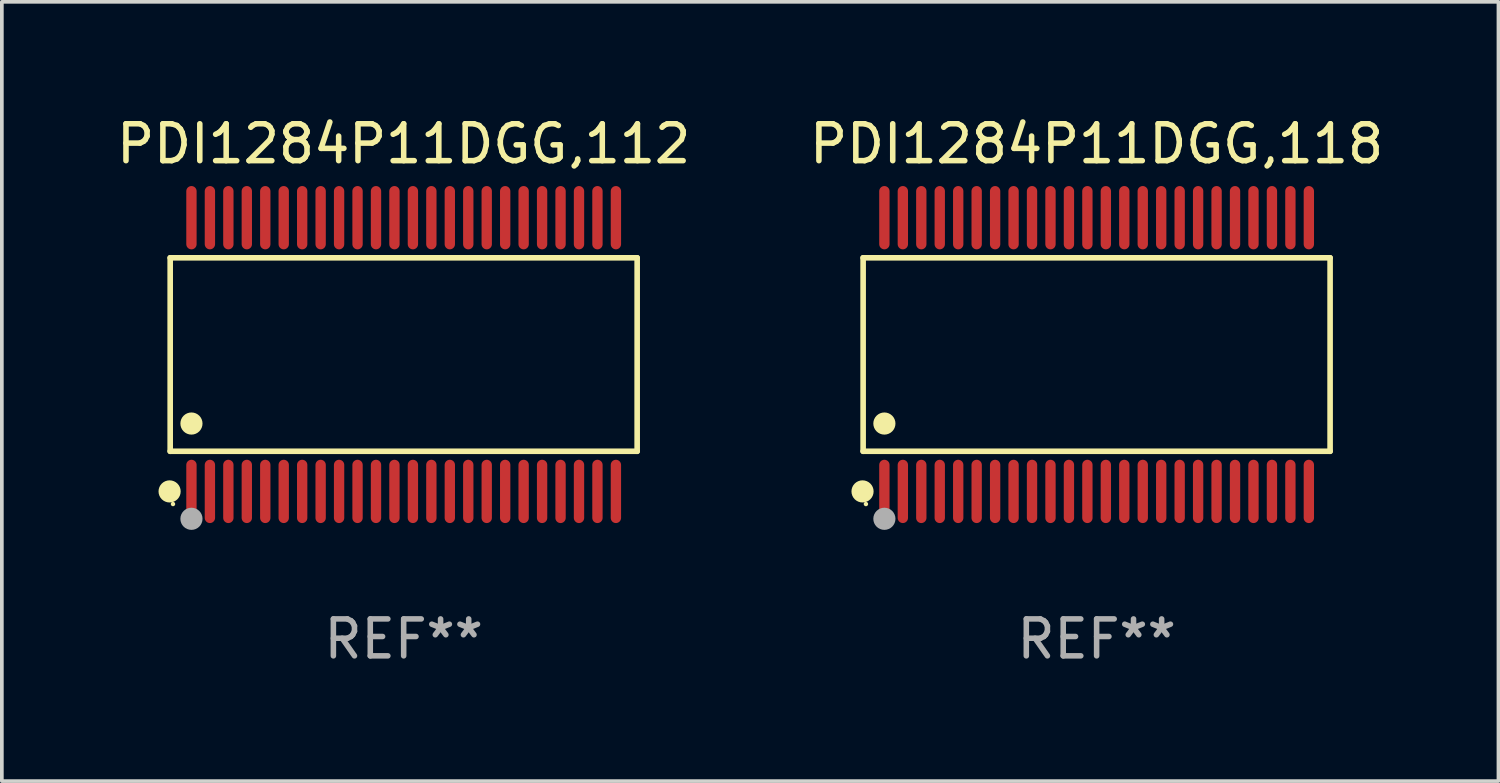
<source format=kicad_pcb>
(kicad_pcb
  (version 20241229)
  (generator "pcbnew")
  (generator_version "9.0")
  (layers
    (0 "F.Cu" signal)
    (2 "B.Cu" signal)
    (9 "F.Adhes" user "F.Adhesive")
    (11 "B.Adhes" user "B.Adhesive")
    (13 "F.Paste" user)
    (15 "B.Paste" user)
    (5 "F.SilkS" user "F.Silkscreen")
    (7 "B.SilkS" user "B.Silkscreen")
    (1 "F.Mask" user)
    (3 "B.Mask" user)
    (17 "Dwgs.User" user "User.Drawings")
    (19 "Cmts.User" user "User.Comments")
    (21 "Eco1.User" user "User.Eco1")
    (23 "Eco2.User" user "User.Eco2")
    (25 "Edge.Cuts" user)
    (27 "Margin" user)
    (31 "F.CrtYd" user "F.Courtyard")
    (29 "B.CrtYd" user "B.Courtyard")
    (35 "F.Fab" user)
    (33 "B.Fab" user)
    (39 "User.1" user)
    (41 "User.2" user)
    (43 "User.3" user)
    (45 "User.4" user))
  (footprint "PDI1284P11DGG,112"
    (layer "F.Cu")
    (at 7.887 6.556)
    (property "Reference" "PDI1284P11DGG,112" (at 0 -5.708 0) (layer "F.SilkS") (effects (font (size 1 1) (thickness 0.15))))
    (attr through_hole)
    (fp_line (start -6.326 -2.622) (end 6.326 -2.622) (stroke (width 0.152) (type solid)) (layer "F.SilkS"))
    (fp_line (start -6.326 2.621) (end -6.326 -2.622) (stroke (width 0.152) (type solid)) (layer "F.SilkS"))
    (fp_line (start 6.326 -2.622) (end 6.326 2.621) (stroke (width 0.152) (type solid)) (layer "F.SilkS"))
    (fp_line (start 6.326 2.621) (end -6.326 2.621) (stroke (width 0.152) (type solid)) (layer "F.SilkS"))
    (fp_circle (center -6.342 3.708) (end -6.192 3.708) (stroke (width 0.3) (type solid)) (fill no) (layer "F.SilkS"))
    (fp_circle (center -6.25 4.05) (end -6.22 4.05) (stroke (width 0.06) (type solid)) (fill no) (layer "F.SilkS"))
    (fp_circle (center -5.75 1.869) (end -5.6 1.869) (stroke (width 0.3) (type solid)) (fill no) (layer "F.SilkS"))
    (fp_circle (center -5.75 4.45) (end -5.6 4.45) (stroke (width 0.3) (type solid)) (fill no) (layer "F.Fab"))
    (fp_text user "REF**" (at 0 7.708 0) (layer "F.Fab") (effects (font (size 1 1) (thickness 0.15))))
    (pad "1" smd oval (at -5.75 3.708) (size 0.28 1.715) (layers "F.Cu" "F.Mask" "F.Paste"))
    (pad "2" smd oval (at -5.25 3.708) (size 0.28 1.715) (layers "F.Cu" "F.Mask" "F.Paste"))
    (pad "3" smd oval (at -4.75 3.708) (size 0.28 1.715) (layers "F.Cu" "F.Mask" "F.Paste"))
    (pad "4" smd oval (at -4.25 3.708) (size 0.28 1.715) (layers "F.Cu" "F.Mask" "F.Paste"))
    (pad "5" smd oval (at -3.75 3.708) (size 0.28 1.715) (layers "F.Cu" "F.Mask" "F.Paste"))
    (pad "6" smd oval (at -3.25 3.708) (size 0.28 1.715) (layers "F.Cu" "F.Mask" "F.Paste"))
    (pad "7" smd oval (at -2.75 3.708) (size 0.28 1.715) (layers "F.Cu" "F.Mask" "F.Paste"))
    (pad "8" smd oval (at -2.25 3.708) (size 0.28 1.715) (layers "F.Cu" "F.Mask" "F.Paste"))
    (pad "9" smd oval (at -1.75 3.708) (size 0.28 1.715) (layers "F.Cu" "F.Mask" "F.Paste"))
    (pad "10" smd oval (at -1.25 3.708) (size 0.28 1.715) (layers "F.Cu" "F.Mask" "F.Paste"))
    (pad "11" smd oval (at -0.75 3.708) (size 0.28 1.715) (layers "F.Cu" "F.Mask" "F.Paste"))
    (pad "12" smd oval (at -0.25 3.708) (size 0.28 1.715) (layers "F.Cu" "F.Mask" "F.Paste"))
    (pad "13" smd oval (at 0.25 3.708) (size 0.28 1.715) (layers "F.Cu" "F.Mask" "F.Paste"))
    (pad "14" smd oval (at 0.75 3.708) (size 0.28 1.715) (layers "F.Cu" "F.Mask" "F.Paste"))
    (pad "15" smd oval (at 1.25 3.708) (size 0.28 1.715) (layers "F.Cu" "F.Mask" "F.Paste"))
    (pad "16" smd oval (at 1.75 3.708) (size 0.28 1.715) (layers "F.Cu" "F.Mask" "F.Paste"))
    (pad "17" smd oval (at 2.25 3.708) (size 0.28 1.715) (layers "F.Cu" "F.Mask" "F.Paste"))
    (pad "18" smd oval (at 2.75 3.708) (size 0.28 1.715) (layers "F.Cu" "F.Mask" "F.Paste"))
    (pad "19" smd oval (at 3.25 3.708) (size 0.28 1.715) (layers "F.Cu" "F.Mask" "F.Paste"))
    (pad "20" smd oval (at 3.75 3.708) (size 0.28 1.715) (layers "F.Cu" "F.Mask" "F.Paste"))
    (pad "21" smd oval (at 4.25 3.708) (size 0.28 1.715) (layers "F.Cu" "F.Mask" "F.Paste"))
    (pad "22" smd oval (at 4.75 3.708) (size 0.28 1.715) (layers "F.Cu" "F.Mask" "F.Paste"))
    (pad "23" smd oval (at 5.25 3.708) (size 0.28 1.715) (layers "F.Cu" "F.Mask" "F.Paste"))
    (pad "24" smd oval (at 5.75 3.708) (size 0.28 1.715) (layers "F.Cu" "F.Mask" "F.Paste"))
    (pad "25" smd oval (at 5.75 -3.708) (size 0.28 1.715) (layers "F.Cu" "F.Mask" "F.Paste"))
    (pad "26" smd oval (at 5.25 -3.708) (size 0.28 1.715) (layers "F.Cu" "F.Mask" "F.Paste"))
    (pad "27" smd oval (at 4.75 -3.708) (size 0.28 1.715) (layers "F.Cu" "F.Mask" "F.Paste"))
    (pad "28" smd oval (at 4.25 -3.708) (size 0.28 1.715) (layers "F.Cu" "F.Mask" "F.Paste"))
    (pad "29" smd oval (at 3.75 -3.708) (size 0.28 1.715) (layers "F.Cu" "F.Mask" "F.Paste"))
    (pad "30" smd oval (at 3.25 -3.708) (size 0.28 1.715) (layers "F.Cu" "F.Mask" "F.Paste"))
    (pad "31" smd oval (at 2.75 -3.708) (size 0.28 1.715) (layers "F.Cu" "F.Mask" "F.Paste"))
    (pad "32" smd oval (at 2.25 -3.708) (size 0.28 1.715) (layers "F.Cu" "F.Mask" "F.Paste"))
    (pad "33" smd oval (at 1.75 -3.708) (size 0.28 1.715) (layers "F.Cu" "F.Mask" "F.Paste"))
    (pad "34" smd oval (at 1.25 -3.708) (size 0.28 1.715) (layers "F.Cu" "F.Mask" "F.Paste"))
    (pad "35" smd oval (at 0.75 -3.708) (size 0.28 1.715) (layers "F.Cu" "F.Mask" "F.Paste"))
    (pad "36" smd oval (at 0.25 -3.708) (size 0.28 1.715) (layers "F.Cu" "F.Mask" "F.Paste"))
    (pad "37" smd oval (at -0.25 -3.708) (size 0.28 1.715) (layers "F.Cu" "F.Mask" "F.Paste"))
    (pad "38" smd oval (at -0.75 -3.708) (size 0.28 1.715) (layers "F.Cu" "F.Mask" "F.Paste"))
    (pad "39" smd oval (at -1.25 -3.708) (size 0.28 1.715) (layers "F.Cu" "F.Mask" "F.Paste"))
    (pad "40" smd oval (at -1.75 -3.708) (size 0.28 1.715) (layers "F.Cu" "F.Mask" "F.Paste"))
    (pad "41" smd oval (at -2.25 -3.708) (size 0.28 1.715) (layers "F.Cu" "F.Mask" "F.Paste"))
    (pad "42" smd oval (at -2.75 -3.708) (size 0.28 1.715) (layers "F.Cu" "F.Mask" "F.Paste"))
    (pad "43" smd oval (at -3.25 -3.708) (size 0.28 1.715) (layers "F.Cu" "F.Mask" "F.Paste"))
    (pad "44" smd oval (at -3.75 -3.708) (size 0.28 1.715) (layers "F.Cu" "F.Mask" "F.Paste"))
    (pad "45" smd oval (at -4.25 -3.708) (size 0.28 1.715) (layers "F.Cu" "F.Mask" "F.Paste"))
    (pad "46" smd oval (at -4.75 -3.708) (size 0.28 1.715) (layers "F.Cu" "F.Mask" "F.Paste"))
    (pad "47" smd oval (at -5.25 -3.708) (size 0.28 1.715) (layers "F.Cu" "F.Mask" "F.Paste"))
    (pad "48" smd oval (at -5.75 -3.708) (size 0.28 1.715) (layers "F.Cu" "F.Mask" "F.Paste")))
  (footprint "PDI1284P11DGG,118"
    (layer "F.Cu")
    (at 26.661 6.556)
    (property "Reference" "PDI1284P11DGG,118" (at 0 -5.708 0) (layer "F.SilkS") (effects (font (size 1 1) (thickness 0.15))))
    (attr through_hole)
    (fp_line (start -6.326 -2.622) (end 6.326 -2.622) (stroke (width 0.152) (type solid)) (layer "F.SilkS"))
    (fp_line (start -6.326 2.621) (end -6.326 -2.622) (stroke (width 0.152) (type solid)) (layer "F.SilkS"))
    (fp_line (start 6.326 -2.622) (end 6.326 2.621) (stroke (width 0.152) (type solid)) (layer "F.SilkS"))
    (fp_line (start 6.326 2.621) (end -6.326 2.621) (stroke (width 0.152) (type solid)) (layer "F.SilkS"))
    (fp_circle (center -6.342 3.708) (end -6.192 3.708) (stroke (width 0.3) (type solid)) (fill no) (layer "F.SilkS"))
    (fp_circle (center -6.25 4.05) (end -6.22 4.05) (stroke (width 0.06) (type solid)) (fill no) (layer "F.SilkS"))
    (fp_circle (center -5.75 1.869) (end -5.6 1.869) (stroke (width 0.3) (type solid)) (fill no) (layer "F.SilkS"))
    (fp_circle (center -5.75 4.45) (end -5.6 4.45) (stroke (width 0.3) (type solid)) (fill no) (layer "F.Fab"))
    (fp_text user "REF**" (at 0 7.708 0) (layer "F.Fab") (effects (font (size 1 1) (thickness 0.15))))
    (pad "1" smd oval (at -5.75 3.708) (size 0.28 1.715) (layers "F.Cu" "F.Mask" "F.Paste"))
    (pad "2" smd oval (at -5.25 3.708) (size 0.28 1.715) (layers "F.Cu" "F.Mask" "F.Paste"))
    (pad "3" smd oval (at -4.75 3.708) (size 0.28 1.715) (layers "F.Cu" "F.Mask" "F.Paste"))
    (pad "4" smd oval (at -4.25 3.708) (size 0.28 1.715) (layers "F.Cu" "F.Mask" "F.Paste"))
    (pad "5" smd oval (at -3.75 3.708) (size 0.28 1.715) (layers "F.Cu" "F.Mask" "F.Paste"))
    (pad "6" smd oval (at -3.25 3.708) (size 0.28 1.715) (layers "F.Cu" "F.Mask" "F.Paste"))
    (pad "7" smd oval (at -2.75 3.708) (size 0.28 1.715) (layers "F.Cu" "F.Mask" "F.Paste"))
    (pad "8" smd oval (at -2.25 3.708) (size 0.28 1.715) (layers "F.Cu" "F.Mask" "F.Paste"))
    (pad "9" smd oval (at -1.75 3.708) (size 0.28 1.715) (layers "F.Cu" "F.Mask" "F.Paste"))
    (pad "10" smd oval (at -1.25 3.708) (size 0.28 1.715) (layers "F.Cu" "F.Mask" "F.Paste"))
    (pad "11" smd oval (at -0.75 3.708) (size 0.28 1.715) (layers "F.Cu" "F.Mask" "F.Paste"))
    (pad "12" smd oval (at -0.25 3.708) (size 0.28 1.715) (layers "F.Cu" "F.Mask" "F.Paste"))
    (pad "13" smd oval (at 0.25 3.708) (size 0.28 1.715) (layers "F.Cu" "F.Mask" "F.Paste"))
    (pad "14" smd oval (at 0.75 3.708) (size 0.28 1.715) (layers "F.Cu" "F.Mask" "F.Paste"))
    (pad "15" smd oval (at 1.25 3.708) (size 0.28 1.715) (layers "F.Cu" "F.Mask" "F.Paste"))
    (pad "16" smd oval (at 1.75 3.708) (size 0.28 1.715) (layers "F.Cu" "F.Mask" "F.Paste"))
    (pad "17" smd oval (at 2.25 3.708) (size 0.28 1.715) (layers "F.Cu" "F.Mask" "F.Paste"))
    (pad "18" smd oval (at 2.75 3.708) (size 0.28 1.715) (layers "F.Cu" "F.Mask" "F.Paste"))
    (pad "19" smd oval (at 3.25 3.708) (size 0.28 1.715) (layers "F.Cu" "F.Mask" "F.Paste"))
    (pad "20" smd oval (at 3.75 3.708) (size 0.28 1.715) (layers "F.Cu" "F.Mask" "F.Paste"))
    (pad "21" smd oval (at 4.25 3.708) (size 0.28 1.715) (layers "F.Cu" "F.Mask" "F.Paste"))
    (pad "22" smd oval (at 4.75 3.708) (size 0.28 1.715) (layers "F.Cu" "F.Mask" "F.Paste"))
    (pad "23" smd oval (at 5.25 3.708) (size 0.28 1.715) (layers "F.Cu" "F.Mask" "F.Paste"))
    (pad "24" smd oval (at 5.75 3.708) (size 0.28 1.715) (layers "F.Cu" "F.Mask" "F.Paste"))
    (pad "25" smd oval (at 5.75 -3.708) (size 0.28 1.715) (layers "F.Cu" "F.Mask" "F.Paste"))
    (pad "26" smd oval (at 5.25 -3.708) (size 0.28 1.715) (layers "F.Cu" "F.Mask" "F.Paste"))
    (pad "27" smd oval (at 4.75 -3.708) (size 0.28 1.715) (layers "F.Cu" "F.Mask" "F.Paste"))
    (pad "28" smd oval (at 4.25 -3.708) (size 0.28 1.715) (layers "F.Cu" "F.Mask" "F.Paste"))
    (pad "29" smd oval (at 3.75 -3.708) (size 0.28 1.715) (layers "F.Cu" "F.Mask" "F.Paste"))
    (pad "30" smd oval (at 3.25 -3.708) (size 0.28 1.715) (layers "F.Cu" "F.Mask" "F.Paste"))
    (pad "31" smd oval (at 2.75 -3.708) (size 0.28 1.715) (layers "F.Cu" "F.Mask" "F.Paste"))
    (pad "32" smd oval (at 2.25 -3.708) (size 0.28 1.715) (layers "F.Cu" "F.Mask" "F.Paste"))
    (pad "33" smd oval (at 1.75 -3.708) (size 0.28 1.715) (layers "F.Cu" "F.Mask" "F.Paste"))
    (pad "34" smd oval (at 1.25 -3.708) (size 0.28 1.715) (layers "F.Cu" "F.Mask" "F.Paste"))
    (pad "35" smd oval (at 0.75 -3.708) (size 0.28 1.715) (layers "F.Cu" "F.Mask" "F.Paste"))
    (pad "36" smd oval (at 0.25 -3.708) (size 0.28 1.715) (layers "F.Cu" "F.Mask" "F.Paste"))
    (pad "37" smd oval (at -0.25 -3.708) (size 0.28 1.715) (layers "F.Cu" "F.Mask" "F.Paste"))
    (pad "38" smd oval (at -0.75 -3.708) (size 0.28 1.715) (layers "F.Cu" "F.Mask" "F.Paste"))
    (pad "39" smd oval (at -1.25 -3.708) (size 0.28 1.715) (layers "F.Cu" "F.Mask" "F.Paste"))
    (pad "40" smd oval (at -1.75 -3.708) (size 0.28 1.715) (layers "F.Cu" "F.Mask" "F.Paste"))
    (pad "41" smd oval (at -2.25 -3.708) (size 0.28 1.715) (layers "F.Cu" "F.Mask" "F.Paste"))
    (pad "42" smd oval (at -2.75 -3.708) (size 0.28 1.715) (layers "F.Cu" "F.Mask" "F.Paste"))
    (pad "43" smd oval (at -3.25 -3.708) (size 0.28 1.715) (layers "F.Cu" "F.Mask" "F.Paste"))
    (pad "44" smd oval (at -3.75 -3.708) (size 0.28 1.715) (layers "F.Cu" "F.Mask" "F.Paste"))
    (pad "45" smd oval (at -4.25 -3.708) (size 0.28 1.715) (layers "F.Cu" "F.Mask" "F.Paste"))
    (pad "46" smd oval (at -4.75 -3.708) (size 0.28 1.715) (layers "F.Cu" "F.Mask" "F.Paste"))
    (pad "47" smd oval (at -5.25 -3.708) (size 0.28 1.715) (layers "F.Cu" "F.Mask" "F.Paste"))
    (pad "48" smd oval (at -5.75 -3.708) (size 0.28 1.715) (layers "F.Cu" "F.Mask" "F.Paste")))
  (gr_rect
    (start -3 -3)
    (end 37.548 18.112)
    (stroke (width 0.1) (type default))
    (fill no)
    (layer "Edge.Cuts")))
</source>
